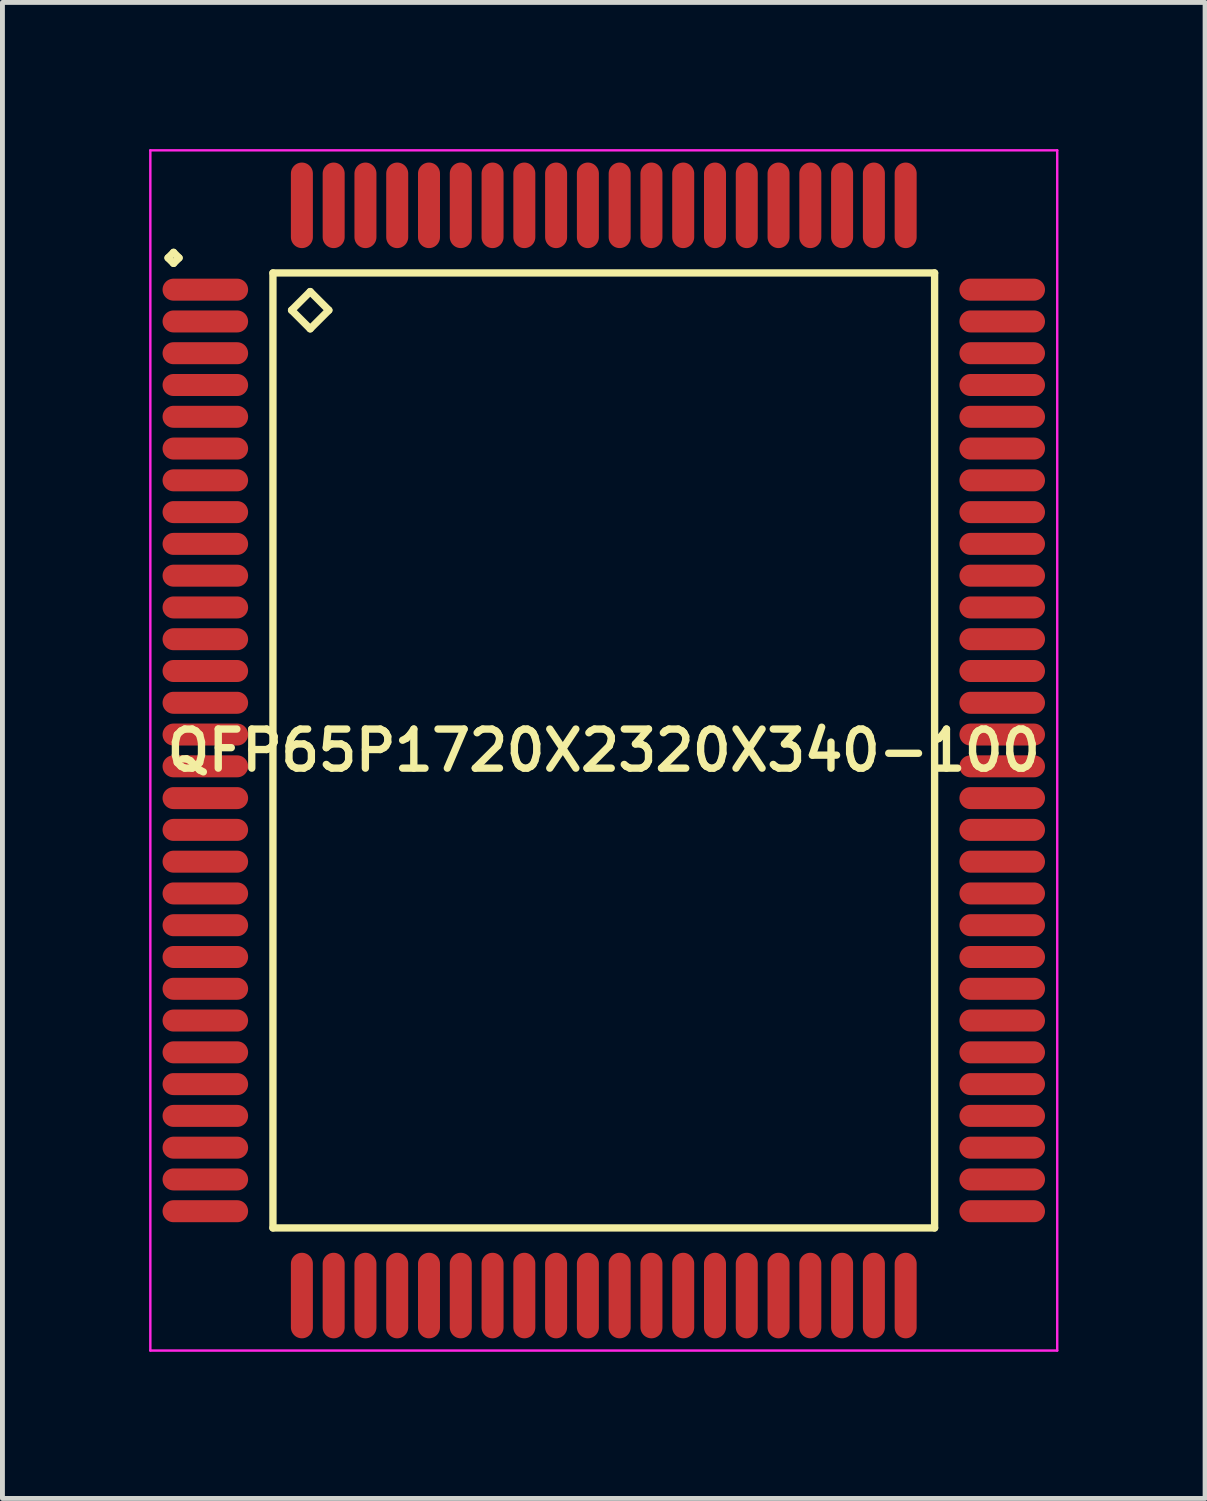
<source format=kicad_pcb>
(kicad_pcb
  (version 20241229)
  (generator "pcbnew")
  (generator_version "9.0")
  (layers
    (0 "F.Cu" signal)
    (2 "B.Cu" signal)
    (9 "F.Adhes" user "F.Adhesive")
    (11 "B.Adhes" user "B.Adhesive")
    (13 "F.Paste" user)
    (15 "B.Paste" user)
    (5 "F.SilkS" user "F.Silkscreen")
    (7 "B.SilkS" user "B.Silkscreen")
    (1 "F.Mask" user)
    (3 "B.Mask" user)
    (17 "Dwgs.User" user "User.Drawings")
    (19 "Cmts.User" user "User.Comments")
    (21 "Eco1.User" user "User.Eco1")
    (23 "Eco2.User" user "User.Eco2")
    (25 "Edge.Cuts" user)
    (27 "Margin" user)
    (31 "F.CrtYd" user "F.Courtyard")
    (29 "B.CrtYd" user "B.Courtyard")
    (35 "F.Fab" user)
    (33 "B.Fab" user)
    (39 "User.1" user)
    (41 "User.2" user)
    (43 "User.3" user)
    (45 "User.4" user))
  (footprint "QFP65P1720X2320X340-100"
    (layer "F.Cu")
    (at 9.3 12.3)
    (property "Reference" "QFP65P1720X2320X340-100" (at 0 0 0) (layer "F.SilkS") (effects (font (size 0.8 0.8) (thickness 0.15))))
    (attr smd)
    (fp_line (start -8.912 -10.075) (end -8.8 -10.188) (stroke (width 0.15) (type solid)) (layer "F.SilkS"))
    (fp_line (start -8.8 -10.188) (end -8.688 -10.075) (stroke (width 0.15) (type solid)) (layer "F.SilkS"))
    (fp_line (start -8.8 -9.963) (end -8.912 -10.075) (stroke (width 0.15) (type solid)) (layer "F.SilkS"))
    (fp_line (start -8.688 -10.075) (end -8.8 -9.963) (stroke (width 0.15) (type solid)) (layer "F.SilkS"))
    (fp_line (start -6.767 -9.767) (end -6.767 9.767) (stroke (width 0.15) (type solid)) (layer "F.SilkS"))
    (fp_line (start -6.767 9.767) (end 6.767 9.767) (stroke (width 0.15) (type solid)) (layer "F.SilkS"))
    (fp_line (start -6.386 -9.005) (end -6.005 -9.386) (stroke (width 0.15) (type solid)) (layer "F.SilkS"))
    (fp_line (start -6.005 -9.386) (end -5.624 -9.005) (stroke (width 0.15) (type solid)) (layer "F.SilkS"))
    (fp_line (start -6.005 -8.624) (end -6.386 -9.005) (stroke (width 0.15) (type solid)) (layer "F.SilkS"))
    (fp_line (start -5.624 -9.005) (end -6.005 -8.624) (stroke (width 0.15) (type solid)) (layer "F.SilkS"))
    (fp_line (start 6.767 -9.767) (end -6.767 -9.767) (stroke (width 0.15) (type solid)) (layer "F.SilkS"))
    (fp_line (start 6.767 9.767) (end 6.767 -9.767) (stroke (width 0.15) (type solid)) (layer "F.SilkS"))
    (fp_line (start -9.275 -12.275) (end 9.275 -12.275) (stroke (width 0.05) (type solid)) (layer "F.CrtYd"))
    (fp_line (start -9.275 12.275) (end -9.275 -12.275) (stroke (width 0.05) (type solid)) (layer "F.CrtYd"))
    (fp_line (start 9.275 -12.275) (end 9.275 12.275) (stroke (width 0.05) (type solid)) (layer "F.CrtYd"))
    (fp_line (start 9.275 12.275) (end -9.275 12.275) (stroke (width 0.05) (type solid)) (layer "F.CrtYd"))
    (pad "1" smd oval (at -8.15 -9.425) (size 1.75 0.45) (layers "F.Cu" "F.Mask" "F.Paste"))
    (pad "2" smd oval (at -8.15 -8.775) (size 1.75 0.45) (layers "F.Cu" "F.Mask" "F.Paste"))
    (pad "3" smd oval (at -8.15 -8.125) (size 1.75 0.45) (layers "F.Cu" "F.Mask" "F.Paste"))
    (pad "4" smd oval (at -8.15 -7.475) (size 1.75 0.45) (layers "F.Cu" "F.Mask" "F.Paste"))
    (pad "5" smd oval (at -8.15 -6.825) (size 1.75 0.45) (layers "F.Cu" "F.Mask" "F.Paste"))
    (pad "6" smd oval (at -8.15 -6.175) (size 1.75 0.45) (layers "F.Cu" "F.Mask" "F.Paste"))
    (pad "7" smd oval (at -8.15 -5.525) (size 1.75 0.45) (layers "F.Cu" "F.Mask" "F.Paste"))
    (pad "8" smd oval (at -8.15 -4.875) (size 1.75 0.45) (layers "F.Cu" "F.Mask" "F.Paste"))
    (pad "9" smd oval (at -8.15 -4.225) (size 1.75 0.45) (layers "F.Cu" "F.Mask" "F.Paste"))
    (pad "10" smd oval (at -8.15 -3.575) (size 1.75 0.45) (layers "F.Cu" "F.Mask" "F.Paste"))
    (pad "11" smd oval (at -8.15 -2.925) (size 1.75 0.45) (layers "F.Cu" "F.Mask" "F.Paste"))
    (pad "12" smd oval (at -8.15 -2.275) (size 1.75 0.45) (layers "F.Cu" "F.Mask" "F.Paste"))
    (pad "13" smd oval (at -8.15 -1.625) (size 1.75 0.45) (layers "F.Cu" "F.Mask" "F.Paste"))
    (pad "14" smd oval (at -8.15 -0.975) (size 1.75 0.45) (layers "F.Cu" "F.Mask" "F.Paste"))
    (pad "15" smd oval (at -8.15 -0.325) (size 1.75 0.45) (layers "F.Cu" "F.Mask" "F.Paste"))
    (pad "16" smd oval (at -8.15 0.325) (size 1.75 0.45) (layers "F.Cu" "F.Mask" "F.Paste"))
    (pad "17" smd oval (at -8.15 0.975) (size 1.75 0.45) (layers "F.Cu" "F.Mask" "F.Paste"))
    (pad "18" smd oval (at -8.15 1.625) (size 1.75 0.45) (layers "F.Cu" "F.Mask" "F.Paste"))
    (pad "19" smd oval (at -8.15 2.275) (size 1.75 0.45) (layers "F.Cu" "F.Mask" "F.Paste"))
    (pad "20" smd oval (at -8.15 2.925) (size 1.75 0.45) (layers "F.Cu" "F.Mask" "F.Paste"))
    (pad "21" smd oval (at -8.15 3.575) (size 1.75 0.45) (layers "F.Cu" "F.Mask" "F.Paste"))
    (pad "22" smd oval (at -8.15 4.225) (size 1.75 0.45) (layers "F.Cu" "F.Mask" "F.Paste"))
    (pad "23" smd oval (at -8.15 4.875) (size 1.75 0.45) (layers "F.Cu" "F.Mask" "F.Paste"))
    (pad "24" smd oval (at -8.15 5.525) (size 1.75 0.45) (layers "F.Cu" "F.Mask" "F.Paste"))
    (pad "25" smd oval (at -8.15 6.175) (size 1.75 0.45) (layers "F.Cu" "F.Mask" "F.Paste"))
    (pad "26" smd oval (at -8.15 6.825) (size 1.75 0.45) (layers "F.Cu" "F.Mask" "F.Paste"))
    (pad "27" smd oval (at -8.15 7.475) (size 1.75 0.45) (layers "F.Cu" "F.Mask" "F.Paste"))
    (pad "28" smd oval (at -8.15 8.125) (size 1.75 0.45) (layers "F.Cu" "F.Mask" "F.Paste"))
    (pad "29" smd oval (at -8.15 8.775) (size 1.75 0.45) (layers "F.Cu" "F.Mask" "F.Paste"))
    (pad "30" smd oval (at -8.15 9.425) (size 1.75 0.45) (layers "F.Cu" "F.Mask" "F.Paste"))
    (pad "31" smd oval (at -6.175 11.15) (size 0.45 1.75) (layers "F.Cu" "F.Mask" "F.Paste"))
    (pad "32" smd oval (at -5.525 11.15) (size 0.45 1.75) (layers "F.Cu" "F.Mask" "F.Paste"))
    (pad "33" smd oval (at -4.875 11.15) (size 0.45 1.75) (layers "F.Cu" "F.Mask" "F.Paste"))
    (pad "34" smd oval (at -4.225 11.15) (size 0.45 1.75) (layers "F.Cu" "F.Mask" "F.Paste"))
    (pad "35" smd oval (at -3.575 11.15) (size 0.45 1.75) (layers "F.Cu" "F.Mask" "F.Paste"))
    (pad "36" smd oval (at -2.925 11.15) (size 0.45 1.75) (layers "F.Cu" "F.Mask" "F.Paste"))
    (pad "37" smd oval (at -2.275 11.15) (size 0.45 1.75) (layers "F.Cu" "F.Mask" "F.Paste"))
    (pad "38" smd oval (at -1.625 11.15) (size 0.45 1.75) (layers "F.Cu" "F.Mask" "F.Paste"))
    (pad "39" smd oval (at -0.975 11.15) (size 0.45 1.75) (layers "F.Cu" "F.Mask" "F.Paste"))
    (pad "40" smd oval (at -0.325 11.15) (size 0.45 1.75) (layers "F.Cu" "F.Mask" "F.Paste"))
    (pad "41" smd oval (at 0.325 11.15) (size 0.45 1.75) (layers "F.Cu" "F.Mask" "F.Paste"))
    (pad "42" smd oval (at 0.975 11.15) (size 0.45 1.75) (layers "F.Cu" "F.Mask" "F.Paste"))
    (pad "43" smd oval (at 1.625 11.15) (size 0.45 1.75) (layers "F.Cu" "F.Mask" "F.Paste"))
    (pad "44" smd oval (at 2.275 11.15) (size 0.45 1.75) (layers "F.Cu" "F.Mask" "F.Paste"))
    (pad "45" smd oval (at 2.925 11.15) (size 0.45 1.75) (layers "F.Cu" "F.Mask" "F.Paste"))
    (pad "46" smd oval (at 3.575 11.15) (size 0.45 1.75) (layers "F.Cu" "F.Mask" "F.Paste"))
    (pad "47" smd oval (at 4.225 11.15) (size 0.45 1.75) (layers "F.Cu" "F.Mask" "F.Paste"))
    (pad "48" smd oval (at 4.875 11.15) (size 0.45 1.75) (layers "F.Cu" "F.Mask" "F.Paste"))
    (pad "49" smd oval (at 5.525 11.15) (size 0.45 1.75) (layers "F.Cu" "F.Mask" "F.Paste"))
    (pad "50" smd oval (at 6.175 11.15) (size 0.45 1.75) (layers "F.Cu" "F.Mask" "F.Paste"))
    (pad "51" smd oval (at 8.15 9.425) (size 1.75 0.45) (layers "F.Cu" "F.Mask" "F.Paste"))
    (pad "52" smd oval (at 8.15 8.775) (size 1.75 0.45) (layers "F.Cu" "F.Mask" "F.Paste"))
    (pad "53" smd oval (at 8.15 8.125) (size 1.75 0.45) (layers "F.Cu" "F.Mask" "F.Paste"))
    (pad "54" smd oval (at 8.15 7.475) (size 1.75 0.45) (layers "F.Cu" "F.Mask" "F.Paste"))
    (pad "55" smd oval (at 8.15 6.825) (size 1.75 0.45) (layers "F.Cu" "F.Mask" "F.Paste"))
    (pad "56" smd oval (at 8.15 6.175) (size 1.75 0.45) (layers "F.Cu" "F.Mask" "F.Paste"))
    (pad "57" smd oval (at 8.15 5.525) (size 1.75 0.45) (layers "F.Cu" "F.Mask" "F.Paste"))
    (pad "58" smd oval (at 8.15 4.875) (size 1.75 0.45) (layers "F.Cu" "F.Mask" "F.Paste"))
    (pad "59" smd oval (at 8.15 4.225) (size 1.75 0.45) (layers "F.Cu" "F.Mask" "F.Paste"))
    (pad "60" smd oval (at 8.15 3.575) (size 1.75 0.45) (layers "F.Cu" "F.Mask" "F.Paste"))
    (pad "61" smd oval (at 8.15 2.925) (size 1.75 0.45) (layers "F.Cu" "F.Mask" "F.Paste"))
    (pad "62" smd oval (at 8.15 2.275) (size 1.75 0.45) (layers "F.Cu" "F.Mask" "F.Paste"))
    (pad "63" smd oval (at 8.15 1.625) (size 1.75 0.45) (layers "F.Cu" "F.Mask" "F.Paste"))
    (pad "64" smd oval (at 8.15 0.975) (size 1.75 0.45) (layers "F.Cu" "F.Mask" "F.Paste"))
    (pad "65" smd oval (at 8.15 0.325) (size 1.75 0.45) (layers "F.Cu" "F.Mask" "F.Paste"))
    (pad "66" smd oval (at 8.15 -0.325) (size 1.75 0.45) (layers "F.Cu" "F.Mask" "F.Paste"))
    (pad "67" smd oval (at 8.15 -0.975) (size 1.75 0.45) (layers "F.Cu" "F.Mask" "F.Paste"))
    (pad "68" smd oval (at 8.15 -1.625) (size 1.75 0.45) (layers "F.Cu" "F.Mask" "F.Paste"))
    (pad "69" smd oval (at 8.15 -2.275) (size 1.75 0.45) (layers "F.Cu" "F.Mask" "F.Paste"))
    (pad "70" smd oval (at 8.15 -2.925) (size 1.75 0.45) (layers "F.Cu" "F.Mask" "F.Paste"))
    (pad "71" smd oval (at 8.15 -3.575) (size 1.75 0.45) (layers "F.Cu" "F.Mask" "F.Paste"))
    (pad "72" smd oval (at 8.15 -4.225) (size 1.75 0.45) (layers "F.Cu" "F.Mask" "F.Paste"))
    (pad "73" smd oval (at 8.15 -4.875) (size 1.75 0.45) (layers "F.Cu" "F.Mask" "F.Paste"))
    (pad "74" smd oval (at 8.15 -5.525) (size 1.75 0.45) (layers "F.Cu" "F.Mask" "F.Paste"))
    (pad "75" smd oval (at 8.15 -6.175) (size 1.75 0.45) (layers "F.Cu" "F.Mask" "F.Paste"))
    (pad "76" smd oval (at 8.15 -6.825) (size 1.75 0.45) (layers "F.Cu" "F.Mask" "F.Paste"))
    (pad "77" smd oval (at 8.15 -7.475) (size 1.75 0.45) (layers "F.Cu" "F.Mask" "F.Paste"))
    (pad "78" smd oval (at 8.15 -8.125) (size 1.75 0.45) (layers "F.Cu" "F.Mask" "F.Paste"))
    (pad "79" smd oval (at 8.15 -8.775) (size 1.75 0.45) (layers "F.Cu" "F.Mask" "F.Paste"))
    (pad "80" smd oval (at 8.15 -9.425) (size 1.75 0.45) (layers "F.Cu" "F.Mask" "F.Paste"))
    (pad "81" smd oval (at 6.175 -11.15) (size 0.45 1.75) (layers "F.Cu" "F.Mask" "F.Paste"))
    (pad "82" smd oval (at 5.525 -11.15) (size 0.45 1.75) (layers "F.Cu" "F.Mask" "F.Paste"))
    (pad "83" smd oval (at 4.875 -11.15) (size 0.45 1.75) (layers "F.Cu" "F.Mask" "F.Paste"))
    (pad "84" smd oval (at 4.225 -11.15) (size 0.45 1.75) (layers "F.Cu" "F.Mask" "F.Paste"))
    (pad "85" smd oval (at 3.575 -11.15) (size 0.45 1.75) (layers "F.Cu" "F.Mask" "F.Paste"))
    (pad "86" smd oval (at 2.925 -11.15) (size 0.45 1.75) (layers "F.Cu" "F.Mask" "F.Paste"))
    (pad "87" smd oval (at 2.275 -11.15) (size 0.45 1.75) (layers "F.Cu" "F.Mask" "F.Paste"))
    (pad "88" smd oval (at 1.625 -11.15) (size 0.45 1.75) (layers "F.Cu" "F.Mask" "F.Paste"))
    (pad "89" smd oval (at 0.975 -11.15) (size 0.45 1.75) (layers "F.Cu" "F.Mask" "F.Paste"))
    (pad "90" smd oval (at 0.325 -11.15) (size 0.45 1.75) (layers "F.Cu" "F.Mask" "F.Paste"))
    (pad "91" smd oval (at -0.325 -11.15) (size 0.45 1.75) (layers "F.Cu" "F.Mask" "F.Paste"))
    (pad "92" smd oval (at -0.975 -11.15) (size 0.45 1.75) (layers "F.Cu" "F.Mask" "F.Paste"))
    (pad "93" smd oval (at -1.625 -11.15) (size 0.45 1.75) (layers "F.Cu" "F.Mask" "F.Paste"))
    (pad "94" smd oval (at -2.275 -11.15) (size 0.45 1.75) (layers "F.Cu" "F.Mask" "F.Paste"))
    (pad "95" smd oval (at -2.925 -11.15) (size 0.45 1.75) (layers "F.Cu" "F.Mask" "F.Paste"))
    (pad "96" smd oval (at -3.575 -11.15) (size 0.45 1.75) (layers "F.Cu" "F.Mask" "F.Paste"))
    (pad "97" smd oval (at -4.225 -11.15) (size 0.45 1.75) (layers "F.Cu" "F.Mask" "F.Paste"))
    (pad "98" smd oval (at -4.875 -11.15) (size 0.45 1.75) (layers "F.Cu" "F.Mask" "F.Paste"))
    (pad "99" smd oval (at -5.525 -11.15) (size 0.45 1.75) (layers "F.Cu" "F.Mask" "F.Paste"))
    (pad "100" smd oval (at -6.175 -11.15) (size 0.45 1.75) (layers "F.Cu" "F.Mask" "F.Paste")))
  (gr_rect
    (start -3 -3)
    (end 21.6 27.6)
    (stroke (width 0.1) (type default))
    (fill no)
    (layer "Edge.Cuts")))
</source>
